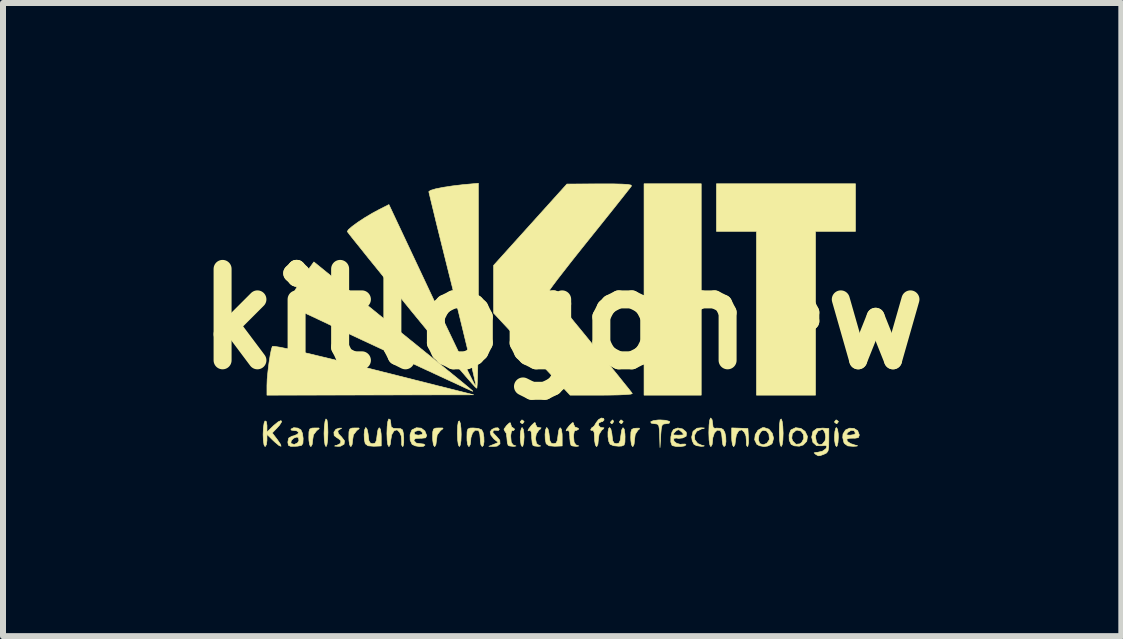
<source format=kicad_pcb>
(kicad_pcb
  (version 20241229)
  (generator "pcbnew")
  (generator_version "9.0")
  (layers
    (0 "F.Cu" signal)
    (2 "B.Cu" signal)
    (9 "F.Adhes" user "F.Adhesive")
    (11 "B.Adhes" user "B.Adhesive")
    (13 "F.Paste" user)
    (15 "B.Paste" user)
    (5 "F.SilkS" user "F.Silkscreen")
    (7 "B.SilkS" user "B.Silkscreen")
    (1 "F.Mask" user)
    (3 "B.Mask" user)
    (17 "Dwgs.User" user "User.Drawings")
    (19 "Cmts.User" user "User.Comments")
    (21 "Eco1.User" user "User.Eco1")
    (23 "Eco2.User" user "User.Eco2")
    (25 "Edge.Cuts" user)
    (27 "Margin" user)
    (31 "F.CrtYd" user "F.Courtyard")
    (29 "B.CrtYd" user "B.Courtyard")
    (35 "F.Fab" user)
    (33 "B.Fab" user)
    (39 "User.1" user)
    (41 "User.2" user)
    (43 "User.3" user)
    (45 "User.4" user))
  (footprint "kitlogonew"
    (layer "F.Cu")
    (at 6.321 2.267)
    (property "Reference" "kitlogonew" (at 0 0 0) (layer "F.SilkS") (effects (font (size 1.524 1.524) (thickness 0.3))))
    (attr through_hole)
    (fp_poly (pts (xy 2.318 1.27) (xy 1.365 1.27) (xy 1.365 -2.254) (xy 2.318 -2.254) (xy 2.318 1.27)) (stroke (width 0.01) (type solid)) (fill yes) (layer "F.SilkS"))
    (fp_poly (pts (xy -0.636 1.707) (xy -0.635 1.714) (xy -0.659 1.745) (xy -0.667 1.746) (xy -0.698 1.722) (xy -0.699 1.714) (xy -0.674 1.684) (xy -0.667 1.683) (xy -0.636 1.707)) (stroke (width 0.01) (type solid)) (fill yes) (layer "F.SilkS"))
    (fp_poly (pts (xy 0.857 1.707) (xy 0.857 1.714) (xy 0.833 1.745) (xy 0.824 1.746) (xy 0.805 1.727) (xy 0.81 1.714) (xy 0.838 1.684) (xy 0.843 1.683) (xy 0.857 1.707)) (stroke (width 0.01) (type solid)) (fill yes) (layer "F.SilkS"))
    (fp_poly (pts (xy 1.015 1.707) (xy 1.016 1.714) (xy 0.992 1.745) (xy 0.984 1.746) (xy 0.953 1.722) (xy 0.953 1.714) (xy 0.977 1.684) (xy 0.984 1.683) (xy 1.015 1.707)) (stroke (width 0.01) (type solid)) (fill yes) (layer "F.SilkS"))
    (fp_poly (pts (xy 4.603 1.707) (xy 4.604 1.714) (xy 4.58 1.745) (xy 4.572 1.746) (xy 4.541 1.722) (xy 4.54 1.714) (xy 4.564 1.684) (xy 4.572 1.683) (xy 4.603 1.707)) (stroke (width 0.01) (type solid)) (fill yes) (layer "F.SilkS"))
    (fp_poly (pts (xy 4.889 -1.46) (xy 4.223 -1.46) (xy 4.223 1.27) (xy 3.239 1.27) (xy 3.239 -1.46) (xy 2.572 -1.46) (xy 2.572 -2.254) (xy 4.889 -2.254) (xy 4.889 -1.46)) (stroke (width 0.01) (type solid)) (fill yes) (layer "F.SilkS"))
    (fp_poly (pts (xy -0.649 1.838) (xy -0.637 1.911) (xy -0.635 1.968) (xy -0.641 2.059) (xy -0.655 2.117) (xy -0.667 2.127) (xy -0.685 2.099) (xy -0.696 2.026) (xy -0.699 1.968) (xy -0.693 1.878) (xy -0.678 1.82) (xy -0.667 1.81) (xy -0.649 1.838)) (stroke (width 0.01) (type solid)) (fill yes) (layer "F.SilkS"))
    (fp_poly (pts (xy 4.59 1.838) (xy 4.602 1.911) (xy 4.604 1.968) (xy 4.598 2.059) (xy 4.583 2.117) (xy 4.572 2.127) (xy 4.554 2.099) (xy 4.542 2.026) (xy 4.54 1.968) (xy 4.546 1.878) (xy 4.561 1.82) (xy 4.572 1.81) (xy 4.59 1.838)) (stroke (width 0.01) (type solid)) (fill yes) (layer "F.SilkS"))
    (fp_poly (pts (xy -1.698 1.738) (xy -1.687 1.822) (xy -1.683 1.923) (xy -1.687 2.03) (xy -1.699 2.103) (xy -1.714 2.127) (xy -1.731 2.098) (xy -1.742 2.019) (xy -1.746 1.905) (xy -1.746 1.903) (xy -1.742 1.781) (xy -1.731 1.712) (xy -1.714 1.699) (xy -1.698 1.738)) (stroke (width 0.01) (type solid)) (fill yes) (layer "F.SilkS"))
    (fp_poly (pts (xy -3.92 1.685) (xy -3.909 1.762) (xy -3.905 1.887) (xy -3.909 2.008) (xy -3.92 2.092) (xy -3.935 2.127) (xy -3.937 2.127) (xy -3.953 2.098) (xy -3.965 2.019) (xy -3.969 1.907) (xy -3.964 1.794) (xy -3.953 1.708) (xy -3.938 1.667) (xy -3.937 1.667) (xy -3.92 1.685)) (stroke (width 0.01) (type solid)) (fill yes) (layer "F.SilkS"))
    (fp_poly (pts (xy 3.667 1.706) (xy 3.678 1.791) (xy 3.683 1.903) (xy 3.683 1.907) (xy 3.679 2.02) (xy 3.667 2.098) (xy 3.651 2.127) (xy 3.635 2.098) (xy 3.624 2.018) (xy 3.62 1.9) (xy 3.619 1.887) (xy 3.623 1.759) (xy 3.634 1.684) (xy 3.651 1.667) (xy 3.667 1.706)) (stroke (width 0.01) (type solid)) (fill yes) (layer "F.SilkS"))
    (fp_poly (pts (xy 1.288 1.835) (xy 1.262 1.856) (xy 1.218 1.924) (xy 1.206 2.012) (xy 1.199 2.087) (xy 1.18 2.126) (xy 1.175 2.127) (xy 1.156 2.099) (xy 1.145 2.026) (xy 1.143 1.976) (xy 1.146 1.885) (xy 1.161 1.84) (xy 1.197 1.824) (xy 1.23 1.821) (xy 1.287 1.82) (xy 1.288 1.835)) (stroke (width 0.01) (type solid)) (fill yes) (layer "F.SilkS"))
    (fp_poly (pts (xy -4.057 1.817) (xy -4.049 1.828) (xy -4.09 1.86) (xy -4.092 1.861) (xy -4.146 1.932) (xy -4.159 2.018) (xy -4.167 2.091) (xy -4.187 2.126) (xy -4.191 2.127) (xy -4.209 2.099) (xy -4.221 2.026) (xy -4.223 1.973) (xy -4.221 1.881) (xy -4.207 1.835) (xy -4.17 1.819) (xy -4.123 1.817) (xy -4.057 1.817)) (stroke (width 0.01) (type solid)) (fill yes) (layer "F.SilkS"))
    (fp_poly (pts (xy -3.391 1.817) (xy -3.382 1.828) (xy -3.424 1.86) (xy -3.425 1.861) (xy -3.48 1.932) (xy -3.493 2.018) (xy -3.501 2.091) (xy -3.52 2.126) (xy -3.524 2.127) (xy -3.543 2.099) (xy -3.554 2.026) (xy -3.556 1.973) (xy -3.554 1.881) (xy -3.54 1.835) (xy -3.504 1.819) (xy -3.457 1.817) (xy -3.391 1.817)) (stroke (width 0.01) (type solid)) (fill yes) (layer "F.SilkS"))
    (fp_poly (pts (xy -1.994 1.817) (xy -1.985 1.828) (xy -2.027 1.86) (xy -2.028 1.861) (xy -2.083 1.932) (xy -2.095 2.018) (xy -2.104 2.091) (xy -2.123 2.126) (xy -2.127 2.127) (xy -2.146 2.099) (xy -2.157 2.026) (xy -2.159 1.973) (xy -2.157 1.881) (xy -2.143 1.835) (xy -2.107 1.819) (xy -2.06 1.817) (xy -1.994 1.817)) (stroke (width 0.01) (type solid)) (fill yes) (layer "F.SilkS"))
    (fp_poly (pts (xy -4.699 0.472) (xy -4.542 0.505) (xy -4.325 0.554) (xy -4.047 0.62) (xy -3.709 0.702) (xy -3.309 0.802) (xy -3.143 0.844) (xy -1.476 1.264) (xy -3.199 1.267) (xy -4.921 1.27) (xy -4.921 1.109) (xy -4.917 1.001) (xy -4.904 0.869) (xy -4.887 0.73) (xy -4.867 0.603) (xy -4.847 0.505) (xy -4.831 0.458) (xy -4.795 0.457) (xy -4.699 0.472)) (stroke (width 0.01) (type solid)) (fill yes) (layer "F.SilkS"))
    (fp_poly (pts (xy 2.371 1.818) (xy 2.364 1.824) (xy 2.324 1.832) (xy 2.243 1.872) (xy 2.206 1.939) (xy 2.211 2.013) (xy 2.259 2.076) (xy 2.328 2.105) (xy 2.37 2.115) (xy 2.354 2.121) (xy 2.316 2.123) (xy 2.24 2.112) (xy 2.197 2.089) (xy 2.168 2.03) (xy 2.159 1.968) (xy 2.182 1.872) (xy 2.248 1.821) (xy 2.316 1.814) (xy 2.371 1.818)) (stroke (width 0.01) (type solid)) (fill yes) (layer "F.SilkS"))
    (fp_poly (pts (xy -3.674 1.82) (xy -3.691 1.83) (xy -3.691 1.83) (xy -3.741 1.863) (xy -3.73 1.913) (xy -3.678 1.966) (xy -3.628 2.032) (xy -3.636 2.088) (xy -3.695 2.121) (xy -3.738 2.123) (xy -3.792 2.119) (xy -3.787 2.112) (xy -3.754 2.105) (xy -3.695 2.074) (xy -3.689 2.028) (xy -3.738 1.988) (xy -3.748 1.984) (xy -3.8 1.944) (xy -3.805 1.888) (xy -3.771 1.839) (xy -3.715 1.82) (xy -3.674 1.82)) (stroke (width 0.01) (type solid)) (fill yes) (layer "F.SilkS"))
    (fp_poly (pts (xy -1.048 1.84) (xy -1.048 1.841) (xy -1.067 1.862) (xy -1.079 1.857) (xy -1.132 1.854) (xy -1.148 1.861) (xy -1.156 1.893) (xy -1.105 1.948) (xy -1.099 1.952) (xy -1.04 2.021) (xy -1.036 2.081) (xy -1.083 2.119) (xy -1.138 2.125) (xy -1.222 2.123) (xy -1.143 2.091) (xy -1.064 2.059) (xy -1.138 1.999) (xy -1.187 1.938) (xy -1.201 1.882) (xy -1.172 1.842) (xy -1.12 1.817) (xy -1.071 1.814) (xy -1.048 1.84)) (stroke (width 0.01) (type solid)) (fill yes) (layer "F.SilkS"))
    (fp_poly (pts (xy 1.724 1.689) (xy 1.784 1.706) (xy 1.794 1.714) (xy 1.783 1.738) (xy 1.734 1.746) (xy 1.69 1.751) (xy 1.665 1.773) (xy 1.652 1.829) (xy 1.643 1.932) (xy 1.643 1.945) (xy 1.631 2.143) (xy 1.625 1.945) (xy 1.62 1.836) (xy 1.61 1.777) (xy 1.587 1.752) (xy 1.546 1.746) (xy 1.538 1.746) (xy 1.484 1.736) (xy 1.476 1.714) (xy 1.518 1.695) (xy 1.598 1.684) (xy 1.635 1.683) (xy 1.724 1.689)) (stroke (width 0.01) (type solid)) (fill yes) (layer "F.SilkS"))
    (fp_poly (pts (xy 2.961 1.821) (xy 3.096 1.826) (xy 3.105 1.976) (xy 3.106 2.064) (xy 3.096 2.119) (xy 3.087 2.127) (xy 3.071 2.1) (xy 3.071 2.04) (xy 3.064 1.951) (xy 3.038 1.89) (xy 2.996 1.849) (xy 2.956 1.858) (xy 2.94 1.87) (xy 2.904 1.931) (xy 2.889 2.019) (xy 2.889 2.02) (xy 2.881 2.092) (xy 2.861 2.127) (xy 2.857 2.127) (xy 2.839 2.099) (xy 2.828 2.026) (xy 2.826 1.972) (xy 2.826 1.816) (xy 2.961 1.821)) (stroke (width 0.01) (type solid)) (fill yes) (layer "F.SilkS"))
    (fp_poly (pts (xy -3.252 1.838) (xy -3.236 1.909) (xy -3.232 1.945) (xy -3.221 2.032) (xy -3.196 2.071) (xy -3.159 2.08) (xy -3.117 2.068) (xy -3.095 2.022) (xy -3.086 1.945) (xy -3.071 1.849) (xy -3.05 1.813) (xy -3.03 1.836) (xy -3.018 1.916) (xy -3.016 1.963) (xy -3.016 2.117) (xy -3.14 2.122) (xy -3.236 2.114) (xy -3.281 2.081) (xy -3.283 2.077) (xy -3.298 2.007) (xy -3.301 1.924) (xy -3.294 1.851) (xy -3.277 1.812) (xy -3.272 1.81) (xy -3.252 1.838)) (stroke (width 0.01) (type solid)) (fill yes) (layer "F.SilkS"))
    (fp_poly (pts (xy -0.235 1.838) (xy -0.22 1.909) (xy -0.216 1.945) (xy -0.204 2.032) (xy -0.18 2.071) (xy -0.143 2.08) (xy -0.101 2.068) (xy -0.079 2.022) (xy -0.07 1.945) (xy -0.055 1.849) (xy -0.034 1.813) (xy -0.014 1.836) (xy -0.001 1.916) (xy 0 1.963) (xy 0 2.117) (xy -0.124 2.122) (xy -0.219 2.114) (xy -0.265 2.081) (xy -0.267 2.077) (xy -0.282 2.007) (xy -0.285 1.924) (xy -0.278 1.851) (xy -0.261 1.812) (xy -0.256 1.81) (xy -0.235 1.838)) (stroke (width 0.01) (type solid)) (fill yes) (layer "F.SilkS"))
    (fp_poly (pts (xy 0.812 1.838) (xy 0.828 1.909) (xy 0.832 1.945) (xy 0.843 2.032) (xy 0.868 2.071) (xy 0.905 2.08) (xy 0.947 2.068) (xy 0.969 2.022) (xy 0.978 1.945) (xy 0.993 1.849) (xy 1.014 1.813) (xy 1.034 1.836) (xy 1.046 1.916) (xy 1.048 1.963) (xy 1.046 2.055) (xy 1.032 2.101) (xy 0.994 2.118) (xy 0.942 2.121) (xy 0.858 2.113) (xy 0.8 2.089) (xy 0.799 2.088) (xy 0.776 2.039) (xy 0.764 1.963) (xy 0.764 1.884) (xy 0.775 1.826) (xy 0.792 1.81) (xy 0.812 1.838)) (stroke (width 0.01) (type solid)) (fill yes) (layer "F.SilkS"))
    (fp_poly (pts (xy -1.401 1.824) (xy -1.342 1.847) (xy -1.318 1.894) (xy -1.305 1.969) (xy -1.303 2.048) (xy -1.314 2.108) (xy -1.333 2.127) (xy -1.354 2.099) (xy -1.365 2.029) (xy -1.365 2.002) (xy -1.373 1.917) (xy -1.392 1.863) (xy -1.398 1.857) (xy -1.45 1.854) (xy -1.494 1.9) (xy -1.521 1.98) (xy -1.524 2.02) (xy -1.532 2.092) (xy -1.552 2.127) (xy -1.556 2.127) (xy -1.574 2.099) (xy -1.586 2.026) (xy -1.587 1.973) (xy -1.585 1.881) (xy -1.571 1.835) (xy -1.535 1.819) (xy -1.485 1.817) (xy -1.401 1.824)) (stroke (width 0.01) (type solid)) (fill yes) (layer "F.SilkS"))
    (fp_poly (pts (xy -0.446 1.733) (xy -0.445 1.756) (xy -0.419 1.802) (xy -0.389 1.811) (xy -0.351 1.815) (xy -0.364 1.835) (xy -0.389 1.854) (xy -0.431 1.917) (xy -0.445 1.993) (xy -0.428 2.076) (xy -0.389 2.105) (xy -0.357 2.117) (xy -0.386 2.123) (xy -0.4 2.124) (xy -0.463 2.117) (xy -0.487 2.106) (xy -0.5 2.063) (xy -0.508 1.984) (xy -0.508 1.961) (xy -0.515 1.884) (xy -0.534 1.855) (xy -0.54 1.857) (xy -0.57 1.866) (xy -0.561 1.838) (xy -0.518 1.782) (xy -0.508 1.771) (xy -0.463 1.728) (xy -0.446 1.733)) (stroke (width 0.01) (type solid)) (fill yes) (layer "F.SilkS"))
    (fp_poly (pts (xy 3.98 1.825) (xy 4.049 1.874) (xy 4.089 1.957) (xy 4.077 2.039) (xy 4.019 2.1) (xy 3.952 2.121) (xy 3.871 2.115) (xy 3.818 2.091) (xy 3.785 2.021) (xy 3.784 1.989) (xy 3.827 1.989) (xy 3.843 2.034) (xy 3.897 2.089) (xy 3.962 2.082) (xy 3.994 2.057) (xy 4.028 1.991) (xy 4.02 1.922) (xy 3.98 1.869) (xy 3.918 1.853) (xy 3.896 1.859) (xy 3.837 1.911) (xy 3.827 1.989) (xy 3.784 1.989) (xy 3.782 1.931) (xy 3.809 1.856) (xy 3.816 1.848) (xy 3.892 1.812) (xy 3.98 1.825)) (stroke (width 0.01) (type solid)) (fill yes) (layer "F.SilkS"))
    (fp_poly (pts (xy -4.676 1.713) (xy -4.71 1.768) (xy -4.745 1.808) (xy -4.833 1.9) (xy -4.746 2.014) (xy -4.695 2.09) (xy -4.686 2.122) (xy -4.718 2.111) (xy -4.787 2.054) (xy -4.817 2.026) (xy -4.921 1.924) (xy -4.921 2.026) (xy -4.93 2.095) (xy -4.951 2.127) (xy -4.953 2.127) (xy -4.97 2.098) (xy -4.981 2.021) (xy -4.985 1.923) (xy -4.98 1.814) (xy -4.968 1.733) (xy -4.953 1.699) (xy -4.931 1.711) (xy -4.921 1.774) (xy -4.921 1.782) (xy -4.921 1.886) (xy -4.811 1.778) (xy -4.734 1.715) (xy -4.687 1.694) (xy -4.676 1.713)) (stroke (width 0.01) (type solid)) (fill yes) (layer "F.SilkS"))
    (fp_poly (pts (xy -0.86 1.733) (xy -0.857 1.756) (xy -0.842 1.802) (xy -0.826 1.81) (xy -0.795 1.834) (xy -0.794 1.843) (xy -0.813 1.862) (xy -0.826 1.857) (xy -0.846 1.872) (xy -0.857 1.938) (xy -0.857 1.964) (xy -0.849 2.055) (xy -0.819 2.098) (xy -0.802 2.105) (xy -0.77 2.117) (xy -0.798 2.123) (xy -0.812 2.124) (xy -0.876 2.117) (xy -0.9 2.106) (xy -0.914 2.062) (xy -0.921 1.986) (xy -0.921 1.982) (xy -0.931 1.907) (xy -0.957 1.867) (xy -0.959 1.866) (xy -0.97 1.837) (xy -0.927 1.778) (xy -0.879 1.732) (xy -0.86 1.733)) (stroke (width 0.01) (type solid)) (fill yes) (layer "F.SilkS"))
    (fp_poly (pts (xy 3.446 1.837) (xy 3.501 1.903) (xy 3.524 1.986) (xy 3.504 2.067) (xy 3.486 2.089) (xy 3.427 2.118) (xy 3.365 2.127) (xy 3.288 2.113) (xy 3.245 2.089) (xy 3.209 2.015) (xy 3.209 2.012) (xy 3.271 2.012) (xy 3.291 2.073) (xy 3.293 2.076) (xy 3.35 2.097) (xy 3.411 2.073) (xy 3.451 2.016) (xy 3.454 1.998) (xy 3.445 1.917) (xy 3.404 1.865) (xy 3.348 1.857) (xy 3.318 1.873) (xy 3.281 1.934) (xy 3.271 2.012) (xy 3.209 2.012) (xy 3.218 1.929) (xy 3.264 1.855) (xy 3.337 1.813) (xy 3.365 1.81) (xy 3.446 1.837)) (stroke (width 0.01) (type solid)) (fill yes) (layer "F.SilkS"))
    (fp_poly (pts (xy 0.189 1.733) (xy 0.191 1.756) (xy 0.214 1.802) (xy 0.24 1.81) (xy 0.273 1.825) (xy 0.27 1.842) (xy 0.232 1.86) (xy 0.22 1.856) (xy 0.202 1.872) (xy 0.191 1.934) (xy 0.191 1.964) (xy 0.199 2.055) (xy 0.229 2.098) (xy 0.246 2.105) (xy 0.278 2.117) (xy 0.249 2.123) (xy 0.235 2.124) (xy 0.172 2.117) (xy 0.148 2.106) (xy 0.135 2.063) (xy 0.127 1.984) (xy 0.127 1.961) (xy 0.12 1.884) (xy 0.101 1.855) (xy 0.095 1.857) (xy 0.065 1.866) (xy 0.074 1.838) (xy 0.117 1.782) (xy 0.127 1.771) (xy 0.172 1.728) (xy 0.189 1.733)) (stroke (width 0.01) (type solid)) (fill yes) (layer "F.SilkS"))
    (fp_poly (pts (xy 0.691 1.658) (xy 0.699 1.683) (xy 0.673 1.711) (xy 0.651 1.714) (xy 0.61 1.735) (xy 0.607 1.775) (xy 0.638 1.807) (xy 0.659 1.811) (xy 0.697 1.815) (xy 0.684 1.835) (xy 0.659 1.854) (xy 0.615 1.924) (xy 0.603 2.012) (xy 0.596 2.087) (xy 0.577 2.126) (xy 0.572 2.127) (xy 0.553 2.099) (xy 0.541 2.027) (xy 0.54 1.983) (xy 0.534 1.894) (xy 0.517 1.856) (xy 0.508 1.857) (xy 0.479 1.855) (xy 0.476 1.843) (xy 0.496 1.811) (xy 0.503 1.81) (xy 0.534 1.784) (xy 0.566 1.73) (xy 0.606 1.678) (xy 0.654 1.651) (xy 0.691 1.658)) (stroke (width 0.01) (type solid)) (fill yes) (layer "F.SilkS"))
    (fp_poly (pts (xy -2.866 1.679) (xy -2.857 1.737) (xy -2.85 1.799) (xy -2.814 1.823) (xy -2.754 1.826) (xy -2.692 1.829) (xy -2.66 1.851) (xy -2.647 1.909) (xy -2.641 1.976) (xy -2.641 2.064) (xy -2.651 2.119) (xy -2.66 2.127) (xy -2.676 2.1) (xy -2.675 2.04) (xy -2.682 1.951) (xy -2.709 1.89) (xy -2.751 1.849) (xy -2.791 1.858) (xy -2.806 1.87) (xy -2.842 1.931) (xy -2.857 2.019) (xy -2.857 2.02) (xy -2.866 2.092) (xy -2.886 2.127) (xy -2.889 2.127) (xy -2.906 2.098) (xy -2.917 2.019) (xy -2.921 1.907) (xy -2.917 1.794) (xy -2.906 1.708) (xy -2.89 1.667) (xy -2.889 1.667) (xy -2.866 1.679)) (stroke (width 0.01) (type solid)) (fill yes) (layer "F.SilkS"))
    (fp_poly (pts (xy 2.499 1.679) (xy 2.508 1.743) (xy 2.516 1.807) (xy 2.546 1.824) (xy 2.572 1.819) (xy 2.646 1.823) (xy 2.683 1.842) (xy 2.711 1.89) (xy 2.727 1.966) (xy 2.73 2.046) (xy 2.72 2.107) (xy 2.699 2.127) (xy 2.679 2.099) (xy 2.668 2.029) (xy 2.667 2.002) (xy 2.659 1.917) (xy 2.64 1.863) (xy 2.634 1.857) (xy 2.583 1.854) (xy 2.538 1.9) (xy 2.511 1.98) (xy 2.508 2.02) (xy 2.5 2.092) (xy 2.48 2.127) (xy 2.477 2.127) (xy 2.461 2.098) (xy 2.449 2.018) (xy 2.445 1.9) (xy 2.445 1.889) (xy 2.449 1.769) (xy 2.459 1.686) (xy 2.475 1.651) (xy 2.477 1.651) (xy 2.499 1.679)) (stroke (width 0.01) (type solid)) (fill yes) (layer "F.SilkS"))
    (fp_poly (pts (xy -4.406 1.819) (xy -4.356 1.848) (xy -4.33 1.904) (xy -4.318 1.989) (xy -4.318 2) (xy -4.322 2.074) (xy -4.346 2.108) (xy -4.409 2.12) (xy -4.445 2.122) (xy -4.526 2.123) (xy -4.563 2.106) (xy -4.57 2.069) (xy -4.522 2.069) (xy -4.518 2.076) (xy -4.466 2.092) (xy -4.411 2.066) (xy -4.387 2.024) (xy -4.399 1.977) (xy -4.423 1.968) (xy -4.476 1.987) (xy -4.516 2.028) (xy -4.522 2.069) (xy -4.57 2.069) (xy -4.572 2.061) (xy -4.572 2.048) (xy -4.559 1.986) (xy -4.506 1.955) (xy -4.476 1.948) (xy -4.41 1.921) (xy -4.394 1.887) (xy -4.43 1.863) (xy -4.47 1.86) (xy -4.517 1.852) (xy -4.521 1.836) (xy -4.474 1.812) (xy -4.406 1.819)) (stroke (width 0.01) (type solid)) (fill yes) (layer "F.SilkS"))
    (fp_poly (pts (xy -2.35 1.82) (xy -2.29 1.866) (xy -2.287 1.871) (xy -2.258 1.944) (xy -2.276 1.981) (xy -2.348 1.989) (xy -2.366 1.988) (xy -2.443 1.992) (xy -2.469 2.015) (xy -2.469 2.031) (xy -2.432 2.069) (xy -2.372 2.078) (xy -2.309 2.085) (xy -2.286 2.102) (xy -2.312 2.122) (xy -2.373 2.127) (xy -2.444 2.116) (xy -2.497 2.093) (xy -2.502 2.089) (xy -2.534 2.02) (xy -2.536 1.931) (xy -2.524 1.897) (xy -2.469 1.897) (xy -2.453 1.928) (xy -2.397 1.937) (xy -2.335 1.925) (xy -2.326 1.897) (xy -2.364 1.863) (xy -2.397 1.857) (xy -2.453 1.876) (xy -2.469 1.897) (xy -2.524 1.897) (xy -2.509 1.856) (xy -2.502 1.848) (xy -2.43 1.813) (xy -2.35 1.82)) (stroke (width 0.01) (type solid)) (fill yes) (layer "F.SilkS"))
    (fp_poly (pts (xy 4.866 1.825) (xy 4.926 1.863) (xy 4.953 1.933) (xy 4.953 1.937) (xy 4.937 1.978) (xy 4.88 1.988) (xy 4.856 1.987) (xy 4.784 1.989) (xy 4.745 2.003) (xy 4.745 2.003) (xy 4.753 2.04) (xy 4.807 2.077) (xy 4.888 2.104) (xy 4.889 2.104) (xy 4.926 2.114) (xy 4.904 2.12) (xy 4.851 2.123) (xy 4.761 2.116) (xy 4.709 2.079) (xy 4.697 2.061) (xy 4.677 1.977) (xy 4.681 1.922) (xy 4.738 1.922) (xy 4.757 1.935) (xy 4.803 1.937) (xy 4.866 1.927) (xy 4.889 1.907) (xy 4.867 1.862) (xy 4.816 1.857) (xy 4.769 1.885) (xy 4.738 1.922) (xy 4.681 1.922) (xy 4.681 1.918) (xy 4.723 1.851) (xy 4.791 1.82) (xy 4.866 1.825)) (stroke (width 0.01) (type solid)) (fill yes) (layer "F.SilkS"))
    (fp_poly (pts (xy 4.445 1.826) (xy 4.445 2.025) (xy 4.443 2.135) (xy 4.432 2.199) (xy 4.408 2.233) (xy 4.364 2.255) (xy 4.301 2.278) (xy 4.27 2.281) (xy 4.238 2.264) (xy 4.223 2.254) (xy 4.2 2.232) (xy 4.233 2.224) (xy 4.256 2.223) (xy 4.339 2.204) (xy 4.399 2.16) (xy 4.413 2.12) (xy 4.387 2.108) (xy 4.333 2.114) (xy 4.241 2.112) (xy 4.18 2.058) (xy 4.159 1.968) (xy 4.16 1.967) (xy 4.223 1.967) (xy 4.24 2.055) (xy 4.282 2.097) (xy 4.335 2.087) (xy 4.381 2.032) (xy 4.393 1.971) (xy 4.382 1.901) (xy 4.355 1.851) (xy 4.335 1.841) (xy 4.263 1.869) (xy 4.225 1.94) (xy 4.223 1.967) (xy 4.16 1.967) (xy 4.18 1.875) (xy 4.246 1.827) (xy 4.344 1.819) (xy 4.445 1.826)) (stroke (width 0.01) (type solid)) (fill yes) (layer "F.SilkS"))
    (fp_poly (pts (xy 2.006 1.833) (xy 2.063 1.88) (xy 2.072 1.902) (xy 2.067 1.954) (xy 2.011 1.983) (xy 1.941 1.991) (xy 1.906 1.985) (xy 1.866 1.989) (xy 1.86 1.996) (xy 1.863 2.037) (xy 1.908 2.073) (xy 1.97 2.09) (xy 2 2.086) (xy 2.051 2.085) (xy 2.064 2.098) (xy 2.037 2.117) (xy 1.973 2.126) (xy 1.9 2.125) (xy 1.843 2.113) (xy 1.831 2.106) (xy 1.811 2.051) (xy 1.812 1.967) (xy 1.823 1.919) (xy 1.851 1.919) (xy 1.864 1.934) (xy 1.93 1.937) (xy 1.937 1.937) (xy 2.007 1.934) (xy 2.023 1.92) (xy 1.995 1.886) (xy 1.991 1.882) (xy 1.946 1.846) (xy 1.91 1.856) (xy 1.882 1.882) (xy 1.851 1.919) (xy 1.823 1.919) (xy 1.83 1.886) (xy 1.857 1.842) (xy 1.927 1.817) (xy 2.006 1.833)) (stroke (width 0.01) (type solid)) (fill yes) (layer "F.SilkS"))
    (fp_poly (pts (xy -2.824 0.115) (xy -2.532 0.351) (xy -2.285 0.551) (xy -2.08 0.717) (xy -1.913 0.853) (xy -1.781 0.96) (xy -1.678 1.044) (xy -1.603 1.106) (xy -1.55 1.15) (xy -1.516 1.179) (xy -1.497 1.195) (xy -1.49 1.203) (xy -1.49 1.205) (xy -1.494 1.205) (xy -1.495 1.204) (xy -1.525 1.191) (xy -1.608 1.153) (xy -1.737 1.093) (xy -1.908 1.014) (xy -2.115 0.918) (xy -2.353 0.808) (xy -2.616 0.685) (xy -2.899 0.553) (xy -3.025 0.494) (xy -3.315 0.359) (xy -3.588 0.231) (xy -3.838 0.114) (xy -4.059 0.009) (xy -4.247 -0.079) (xy -4.395 -0.15) (xy -4.499 -0.201) (xy -4.553 -0.228) (xy -4.56 -0.231) (xy -4.556 -0.268) (xy -4.523 -0.345) (xy -4.469 -0.45) (xy -4.4 -0.569) (xy -4.323 -0.692) (xy -4.259 -0.785) (xy -4.139 -0.951) (xy -2.824 0.115)) (stroke (width 0.01) (type solid)) (fill yes) (layer "F.SilkS"))
    (fp_poly (pts (xy 0.841 -2.252) (xy 0.995 -2.248) (xy 1.095 -2.242) (xy 1.147 -2.232) (xy 1.156 -2.218) (xy 1.132 -2.186) (xy 1.072 -2.11) (xy 0.982 -1.996) (xy 0.867 -1.851) (xy 0.731 -1.681) (xy 0.579 -1.491) (xy 0.456 -1.338) (xy 0.296 -1.138) (xy 0.15 -0.954) (xy 0.023 -0.791) (xy -0.082 -0.656) (xy -0.159 -0.553) (xy -0.204 -0.49) (xy -0.215 -0.471) (xy -0.193 -0.442) (xy -0.136 -0.369) (xy -0.048 -0.26) (xy 0.066 -0.118) (xy 0.201 0.049) (xy 0.354 0.235) (xy 0.476 0.385) (xy 0.638 0.583) (xy 0.787 0.766) (xy 0.918 0.927) (xy 1.026 1.062) (xy 1.108 1.163) (xy 1.157 1.226) (xy 1.169 1.244) (xy 1.143 1.253) (xy 1.063 1.26) (xy 0.941 1.266) (xy 0.785 1.269) (xy 0.657 1.27) (xy 0.133 1.27) (xy -0.505 0.586) (xy -1.143 -0.098) (xy -1.143 -0.496) (xy -1.143 -0.893) (xy 0.079 -2.249) (xy 0.629 -2.252) (xy 0.841 -2.252)) (stroke (width 0.01) (type solid)) (fill yes) (layer "F.SilkS"))
    (fp_poly (pts (xy -1.397 -0.562) (xy -1.397 -0.239) (xy -1.399 0.064) (xy -1.401 0.342) (xy -1.404 0.589) (xy -1.407 0.798) (xy -1.411 0.965) (xy -1.416 1.083) (xy -1.421 1.146) (xy -1.423 1.155) (xy -1.448 1.135) (xy -1.508 1.069) (xy -1.601 0.963) (xy -1.723 0.821) (xy -1.869 0.647) (xy -2.036 0.447) (xy -2.221 0.224) (xy -2.419 -0.017) (xy -2.511 -0.129) (xy -2.713 -0.378) (xy -2.904 -0.612) (xy -3.078 -0.827) (xy -3.233 -1.018) (xy -3.363 -1.181) (xy -3.467 -1.31) (xy -3.54 -1.402) (xy -3.577 -1.451) (xy -3.582 -1.458) (xy -3.562 -1.49) (xy -3.498 -1.545) (xy -3.402 -1.615) (xy -3.286 -1.691) (xy -3.161 -1.765) (xy -3.055 -1.822) (xy -2.888 -1.907) (xy -2.712 -1.533) (xy -2.487 -1.055) (xy -2.288 -0.632) (xy -2.114 -0.262) (xy -1.962 0.059) (xy -1.832 0.331) (xy -1.723 0.559) (xy -1.634 0.744) (xy -1.563 0.89) (xy -1.509 0.997) (xy -1.471 1.07) (xy -1.447 1.11) (xy -1.437 1.121) (xy -1.437 1.12) (xy -1.442 1.084) (xy -1.462 0.992) (xy -1.494 0.851) (xy -1.538 0.665) (xy -1.592 0.442) (xy -1.654 0.186) (xy -1.723 -0.096) (xy -1.798 -0.398) (xy -1.824 -0.503) (xy -1.901 -0.811) (xy -1.973 -1.1) (xy -2.039 -1.365) (xy -2.097 -1.599) (xy -2.145 -1.798) (xy -2.183 -1.954) (xy -2.209 -2.063) (xy -2.222 -2.117) (xy -2.223 -2.123) (xy -2.193 -2.144) (xy -2.11 -2.169) (xy -1.985 -2.194) (xy -1.829 -2.218) (xy -1.652 -2.239) (xy -1.627 -2.241) (xy -1.397 -2.262) (xy -1.397 -0.562)) (stroke (width 0.01) (type solid)) (fill yes) (layer "F.SilkS")))
  (gr_rect
    (start -3 -3)
    (end 15.642 7.554)
    (stroke (width 0.1) (type default))
    (fill no)
    (layer "Edge.Cuts")))
</source>
